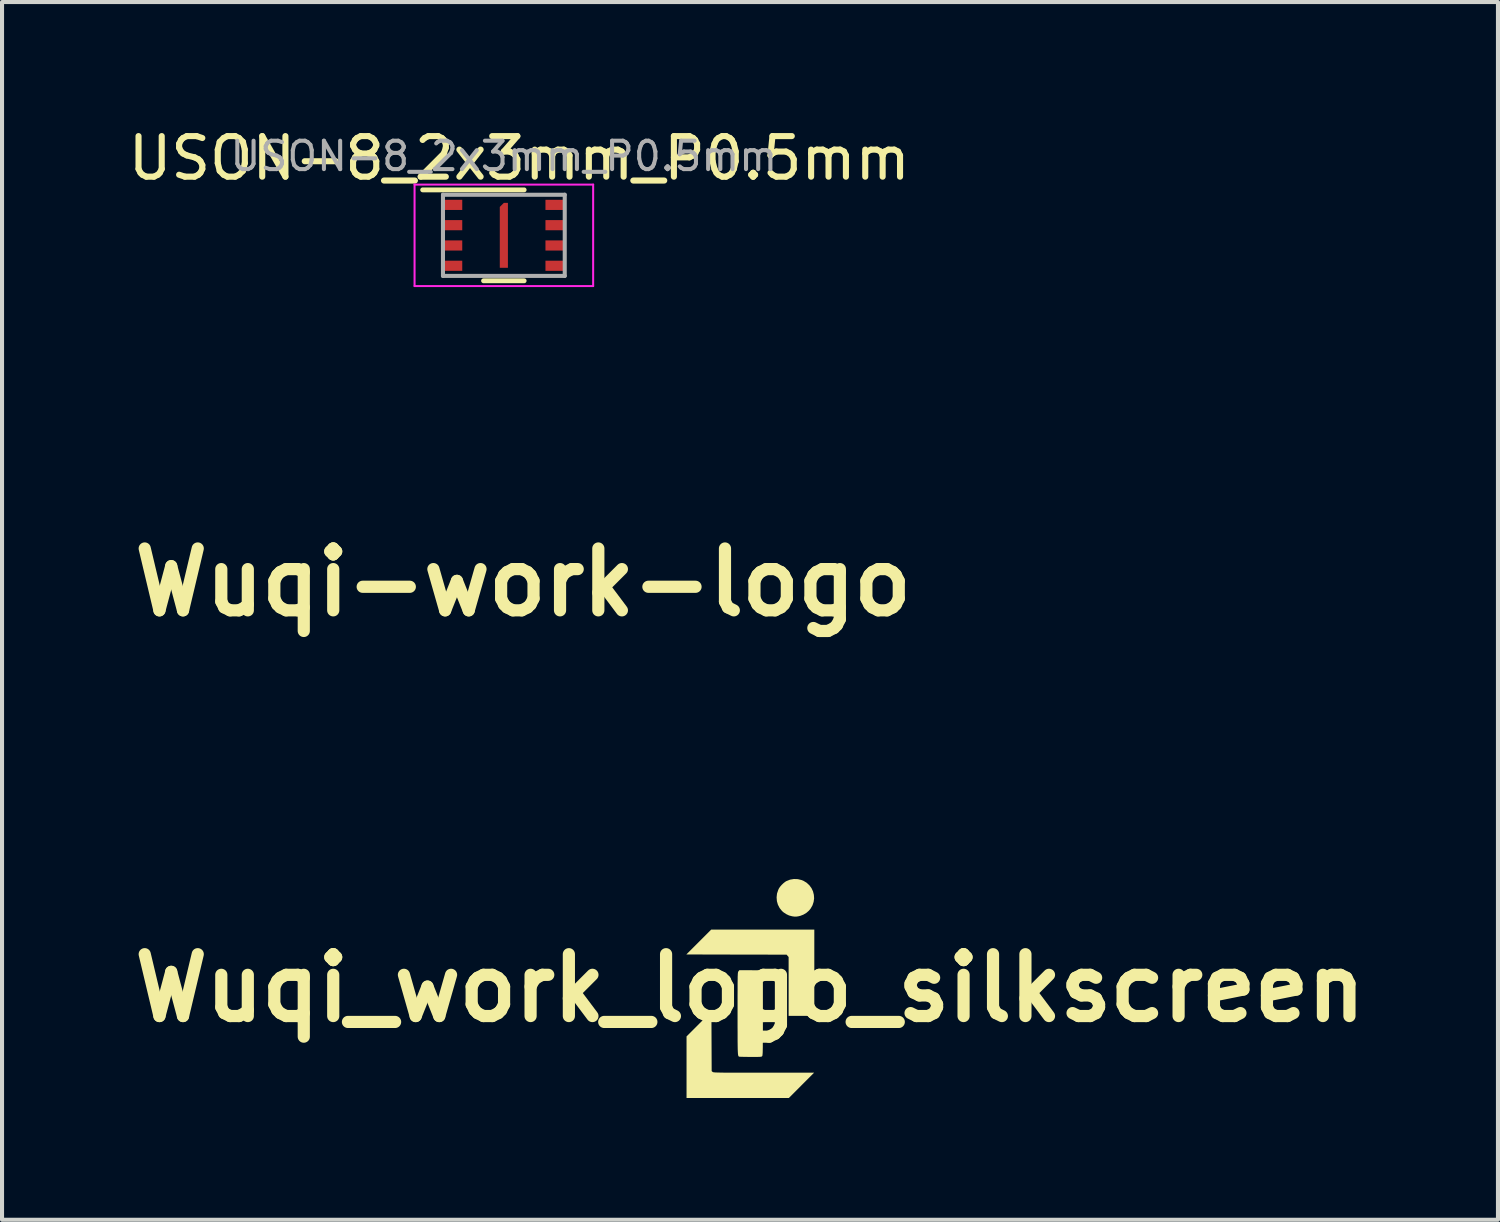
<source format=kicad_pcb>
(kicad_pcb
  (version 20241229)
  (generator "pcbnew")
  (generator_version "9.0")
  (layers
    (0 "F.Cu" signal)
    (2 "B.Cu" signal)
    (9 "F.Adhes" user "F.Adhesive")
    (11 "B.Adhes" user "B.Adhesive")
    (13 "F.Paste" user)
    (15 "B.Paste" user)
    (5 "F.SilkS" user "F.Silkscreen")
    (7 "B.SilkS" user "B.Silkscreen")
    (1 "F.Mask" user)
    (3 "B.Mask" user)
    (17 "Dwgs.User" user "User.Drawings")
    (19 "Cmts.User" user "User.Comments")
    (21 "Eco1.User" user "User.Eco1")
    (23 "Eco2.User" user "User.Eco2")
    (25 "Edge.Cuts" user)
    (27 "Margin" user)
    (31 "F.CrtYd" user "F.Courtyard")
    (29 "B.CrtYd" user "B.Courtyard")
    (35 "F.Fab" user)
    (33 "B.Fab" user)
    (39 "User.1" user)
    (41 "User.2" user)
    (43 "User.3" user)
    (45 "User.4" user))
  (footprint "Wuqi_work_logo_silkscreen"
    (layer "F.Cu")
    (at 15.429 21.294)
    (property "Reference" "Wuqi_work_logo_silkscreen" (at 0 0 0) (layer "F.SilkS") (effects (font (size 1.524 1.524) (thickness 0.3))))
    (attr board_only exclude_from_pos_files exclude_from_bom)
    (fp_poly (pts (xy 1.584 0.685) (xy 0.951 0.685) (xy 0.951 -0.765) (xy 0.926 -0.794) (xy 0.901 -0.823) (xy -0.334 -0.825) (xy -1.569 -0.828) (xy -1.262 -1.135) (xy -0.956 -1.441) (xy 1.584 -1.441)) (stroke (width 0) (type solid)) (fill yes) (layer "F.SilkS"))
    (fp_poly (pts (xy -0.945 2.046) (xy -0.921 2.066) (xy -0.917 2.069) (xy -0.912 2.071) (xy -0.904 2.073) (xy -0.893 2.076) (xy -0.877 2.077) (xy -0.856 2.079) (xy -0.827 2.08) (xy -0.791 2.081) (xy -0.746 2.082) (xy -0.691 2.083) (xy -0.625 2.084) (xy -0.546 2.084) (xy -0.455 2.085) (xy -0.349 2.085) (xy -0.227 2.085) (xy -0.089 2.085) (xy 0.067 2.085) (xy 0.242 2.085) (xy 0.341 2.085) (xy 1.579 2.085) (xy 1.267 2.397) (xy 0.956 2.709) (xy -1.564 2.709) (xy -1.564 1.191) (xy -1.257 0.884) (xy -0.951 0.578)) (stroke (width 0) (type solid)) (fill yes) (layer "F.SilkS"))
    (fp_poly (pts (xy 1.176 -2.684) (xy 1.268 -2.662) (xy 1.314 -2.644) (xy 1.395 -2.595) (xy 1.462 -2.533) (xy 1.515 -2.461) (xy 1.552 -2.382) (xy 1.573 -2.297) (xy 1.579 -2.21) (xy 1.567 -2.123) (xy 1.539 -2.038) (xy 1.493 -1.958) (xy 1.45 -1.906) (xy 1.389 -1.853) (xy 1.315 -1.809) (xy 1.237 -1.779) (xy 1.191 -1.768) (xy 1.151 -1.762) (xy 1.121 -1.76) (xy 1.092 -1.761) (xy 1.055 -1.766) (xy 1.032 -1.77) (xy 0.961 -1.789) (xy 0.888 -1.824) (xy 0.821 -1.869) (xy 0.789 -1.898) (xy 0.73 -1.971) (xy 0.687 -2.054) (xy 0.662 -2.142) (xy 0.655 -2.235) (xy 0.665 -2.328) (xy 0.695 -2.418) (xy 0.713 -2.456) (xy 0.741 -2.497) (xy 0.78 -2.542) (xy 0.825 -2.585) (xy 0.87 -2.62) (xy 0.895 -2.635) (xy 0.986 -2.671) (xy 1.081 -2.687)) (stroke (width 0) (type solid)) (fill yes) (layer "F.SilkS"))
    (fp_poly (pts (xy 0.085 -0.439) (xy 0.148 -0.439) (xy 0.195 -0.439) (xy 0.23 -0.437) (xy 0.254 -0.435) (xy 0.27 -0.432) (xy 0.281 -0.428) (xy 0.289 -0.422) (xy 0.295 -0.416) (xy 0.317 -0.392) (xy 0.317 0.63) (xy 0.317 0.798) (xy 0.317 0.948) (xy 0.317 1.079) (xy 0.316 1.193) (xy 0.316 1.292) (xy 0.315 1.376) (xy 0.315 1.447) (xy 0.314 1.505) (xy 0.313 1.553) (xy 0.312 1.591) (xy 0.31 1.62) (xy 0.308 1.641) (xy 0.306 1.657) (xy 0.304 1.667) (xy 0.302 1.673) (xy 0.301 1.674) (xy 0.296 1.681) (xy 0.289 1.686) (xy 0.279 1.69) (xy 0.262 1.693) (xy 0.236 1.695) (xy 0.2 1.696) (xy 0.15 1.696) (xy 0.084 1.697) (xy 0.012 1.697) (xy -0.061 1.696) (xy -0.127 1.695) (xy -0.184 1.694) (xy -0.229 1.693) (xy -0.26 1.691) (xy -0.272 1.689) (xy -0.278 1.685) (xy -0.283 1.679) (xy -0.287 1.672) (xy -0.291 1.66) (xy -0.294 1.644) (xy -0.297 1.622) (xy -0.299 1.592) (xy -0.301 1.555) (xy -0.303 1.507) (xy -0.304 1.449) (xy -0.305 1.379) (xy -0.306 1.296) (xy -0.306 1.199) (xy -0.306 1.086) (xy -0.307 0.956) (xy -0.307 0.808) (xy -0.307 0.641) (xy -0.307 0.626) (xy -0.307 0.459) (xy -0.307 0.313) (xy -0.307 0.184) (xy -0.306 0.072) (xy -0.306 -0.025) (xy -0.306 -0.107) (xy -0.305 -0.176) (xy -0.304 -0.233) (xy -0.304 -0.279) (xy -0.302 -0.316) (xy -0.301 -0.345) (xy -0.299 -0.367) (xy -0.297 -0.382) (xy -0.295 -0.394) (xy -0.292 -0.401) (xy -0.289 -0.407) (xy -0.286 -0.412) (xy -0.285 -0.413) (xy -0.264 -0.44) (xy 0.004 -0.44)) (stroke (width 0) (type solid)) (fill yes) (layer "F.SilkS")))
  (footprint "USON-8_2x3mm_P0.5mm"
    (layer "F.Cu")
    (at 9.364 2.748)
    (property "Reference" "USON-8_2x3mm_P0.5mm" (at 0.38 -1.9 0) (layer "F.SilkS") (effects (font (size 1 1) (thickness 0.15))))
    (attr smd)
    (fp_line (start -2 -1.12) (end 0.5 -1.12) (stroke (width 0.12) (type solid)) (layer "F.SilkS"))
    (fp_line (start 0.5 1.12) (end -0.5 1.12) (stroke (width 0.12) (type solid)) (layer "F.SilkS"))
    (fp_line (start -2.2 -1.25) (end -2.2 1.25) (stroke (width 0.05) (type solid)) (layer "F.CrtYd"))
    (fp_line (start -2.2 -1.25) (end 2.2 -1.25) (stroke (width 0.05) (type solid)) (layer "F.CrtYd"))
    (fp_line (start -2.2 1.25) (end 2.2 1.25) (stroke (width 0.05) (type solid)) (layer "F.CrtYd"))
    (fp_line (start 2.2 -1.25) (end 2.2 1.25) (stroke (width 0.05) (type solid)) (layer "F.CrtYd"))
    (fp_line (start -1.5 -1) (end 1.5 -1) (stroke (width 0.1) (type solid)) (layer "F.Fab"))
    (fp_line (start -1.5 1) (end -1.5 -1) (stroke (width 0.1) (type solid)) (layer "F.Fab"))
    (fp_line (start 1.5 -1) (end 1.5 1) (stroke (width 0.1) (type solid)) (layer "F.Fab"))
    (fp_line (start 1.5 1) (end -1.5 1) (stroke (width 0.1) (type solid)) (layer "F.Fab"))
    (fp_text user "${REFERENCE}" (at 0 -1.95 0) (layer "F.Fab") (effects (font (size 0.7 0.7) (thickness 0.1))))
    (pad "" smd rect (at 0 -0.4) (size 0.05 0.65) (layers "F.Paste"))
    (pad "" smd rect (at 0 0.4) (size 0.05 0.65) (layers "F.Paste"))
    (pad "1" smd rect (at -1.25 -0.75) (size 0.45 0.25) (layers "F.Cu" "F.Mask" "F.Paste"))
    (pad "2" smd rect (at -1.25 -0.25) (size 0.45 0.25) (layers "F.Cu" "F.Mask" "F.Paste"))
    (pad "3" smd rect (at -1.25 0.25) (size 0.45 0.25) (layers "F.Cu" "F.Mask" "F.Paste"))
    (pad "4" smd rect (at -1.25 0.75) (size 0.45 0.25) (layers "F.Cu" "F.Mask" "F.Paste"))
    (pad "5" smd rect (at 1.25 0.75) (size 0.45 0.25) (layers "F.Cu" "F.Mask" "F.Paste"))
    (pad "6" smd rect (at 1.25 0.25) (size 0.45 0.25) (layers "F.Cu" "F.Mask" "F.Paste"))
    (pad "7" smd rect (at 1.25 -0.25) (size 0.45 0.25) (layers "F.Cu" "F.Mask" "F.Paste"))
    (pad "8" smd rect (at 1.25 -0.75) (size 0.45 0.25) (layers "F.Cu" "F.Mask" "F.Paste"))
    (pad "9" smd roundrect (at 0 0) (size 0.2 1.6) (layers "F.Cu" "F.Mask") (roundrect_rratio 0) (chamfer_ratio 0.5) (chamfer top_left)))
  (footprint "Wuqi-work-logo"
    (layer "F.Cu")
    (at 9.841 11.298)
    (property "Reference" "Wuqi-work-logo" (at 0 0 0) (layer "F.SilkS") (effects (font (size 1.524 1.524) (thickness 0.3))))
    (attr board_only exclude_from_pos_files exclude_from_bom)
    (fp_poly (pts (xy 2.52 1.09) (xy 1.512 1.09) (xy 1.512 -1.218) (xy 1.473 -1.263) (xy 1.434 -1.309) (xy -0.531 -1.313) (xy -2.496 -1.318) (xy -1.521 -2.293) (xy 2.52 -2.293)) (stroke (width 0) (type solid)) (fill yes) (layer "F.Mask"))
    (fp_poly (pts (xy -1.504 3.255) (xy -1.466 3.286) (xy -1.459 3.291) (xy -1.451 3.295) (xy -1.438 3.299) (xy -1.42 3.302) (xy -1.395 3.305) (xy -1.361 3.307) (xy -1.316 3.309) (xy -1.259 3.311) (xy -1.187 3.313) (xy -1.099 3.314) (xy -0.994 3.315) (xy -0.869 3.316) (xy -0.723 3.316) (xy -0.554 3.317) (xy -0.361 3.317) (xy -0.141 3.317) (xy 0.107 3.317) (xy 0.385 3.317) (xy 0.542 3.317) (xy 2.512 3.317) (xy 2.016 3.813) (xy 1.521 4.309) (xy -2.488 4.309) (xy -2.488 1.894) (xy -2 1.407) (xy -1.513 0.92)) (stroke (width 0) (type solid)) (fill yes) (layer "F.Mask"))
    (fp_poly (pts (xy 1.87 -4.271) (xy 2.017 -4.236) (xy 2.09 -4.206) (xy 2.22 -4.128) (xy 2.327 -4.03) (xy 2.41 -3.915) (xy 2.469 -3.789) (xy 2.503 -3.655) (xy 2.511 -3.516) (xy 2.493 -3.377) (xy 2.448 -3.242) (xy 2.375 -3.114) (xy 2.307 -3.032) (xy 2.209 -2.948) (xy 2.092 -2.879) (xy 1.967 -2.83) (xy 1.894 -2.813) (xy 1.832 -2.804) (xy 1.784 -2.8) (xy 1.737 -2.802) (xy 1.678 -2.81) (xy 1.642 -2.815) (xy 1.529 -2.847) (xy 1.413 -2.901) (xy 1.307 -2.973) (xy 1.256 -3.019) (xy 1.161 -3.136) (xy 1.093 -3.267) (xy 1.053 -3.408) (xy 1.041 -3.555) (xy 1.059 -3.703) (xy 1.105 -3.847) (xy 1.134 -3.907) (xy 1.179 -3.972) (xy 1.241 -4.044) (xy 1.313 -4.112) (xy 1.384 -4.167) (xy 1.424 -4.192) (xy 1.569 -4.249) (xy 1.719 -4.275)) (stroke (width 0) (type solid)) (fill yes) (layer "F.Mask"))
    (fp_poly (pts (xy 0.135 -0.699) (xy 0.235 -0.699) (xy 0.311 -0.698) (xy 0.366 -0.696) (xy 0.404 -0.692) (xy 0.43 -0.687) (xy 0.447 -0.68) (xy 0.459 -0.671) (xy 0.469 -0.662) (xy 0.504 -0.624) (xy 0.504 1.002) (xy 0.504 1.27) (xy 0.504 1.508) (xy 0.504 1.716) (xy 0.503 1.898) (xy 0.503 2.055) (xy 0.502 2.189) (xy 0.501 2.302) (xy 0.499 2.395) (xy 0.498 2.471) (xy 0.496 2.531) (xy 0.493 2.577) (xy 0.491 2.611) (xy 0.488 2.636) (xy 0.484 2.652) (xy 0.48 2.662) (xy 0.479 2.663) (xy 0.47 2.674) (xy 0.46 2.682) (xy 0.443 2.689) (xy 0.417 2.693) (xy 0.376 2.696) (xy 0.318 2.698) (xy 0.239 2.699) (xy 0.134 2.699) (xy 0.019 2.699) (xy -0.097 2.699) (xy -0.202 2.697) (xy -0.293 2.695) (xy -0.365 2.693) (xy -0.413 2.69) (xy -0.433 2.687) (xy -0.442 2.68) (xy -0.449 2.672) (xy -0.456 2.659) (xy -0.463 2.641) (xy -0.468 2.615) (xy -0.472 2.58) (xy -0.476 2.534) (xy -0.479 2.474) (xy -0.482 2.398) (xy -0.484 2.306) (xy -0.485 2.194) (xy -0.486 2.062) (xy -0.487 1.907) (xy -0.487 1.727) (xy -0.488 1.52) (xy -0.488 1.285) (xy -0.488 1.02) (xy -0.488 0.995) (xy -0.488 0.731) (xy -0.488 0.497) (xy -0.488 0.292) (xy -0.487 0.114) (xy -0.487 -0.039) (xy -0.486 -0.17) (xy -0.486 -0.28) (xy -0.484 -0.371) (xy -0.483 -0.445) (xy -0.481 -0.503) (xy -0.479 -0.549) (xy -0.476 -0.583) (xy -0.473 -0.608) (xy -0.47 -0.626) (xy -0.465 -0.639) (xy -0.461 -0.648) (xy -0.455 -0.655) (xy -0.454 -0.656) (xy -0.42 -0.699) (xy 0.006 -0.699)) (stroke (width 0) (type solid)) (fill yes) (layer "F.Mask")))
  (gr_rect
    (start -3 -3)
    (end 33.857 27.003)
    (stroke (width 0.1) (type default))
    (fill no)
    (layer "Edge.Cuts")))
</source>
